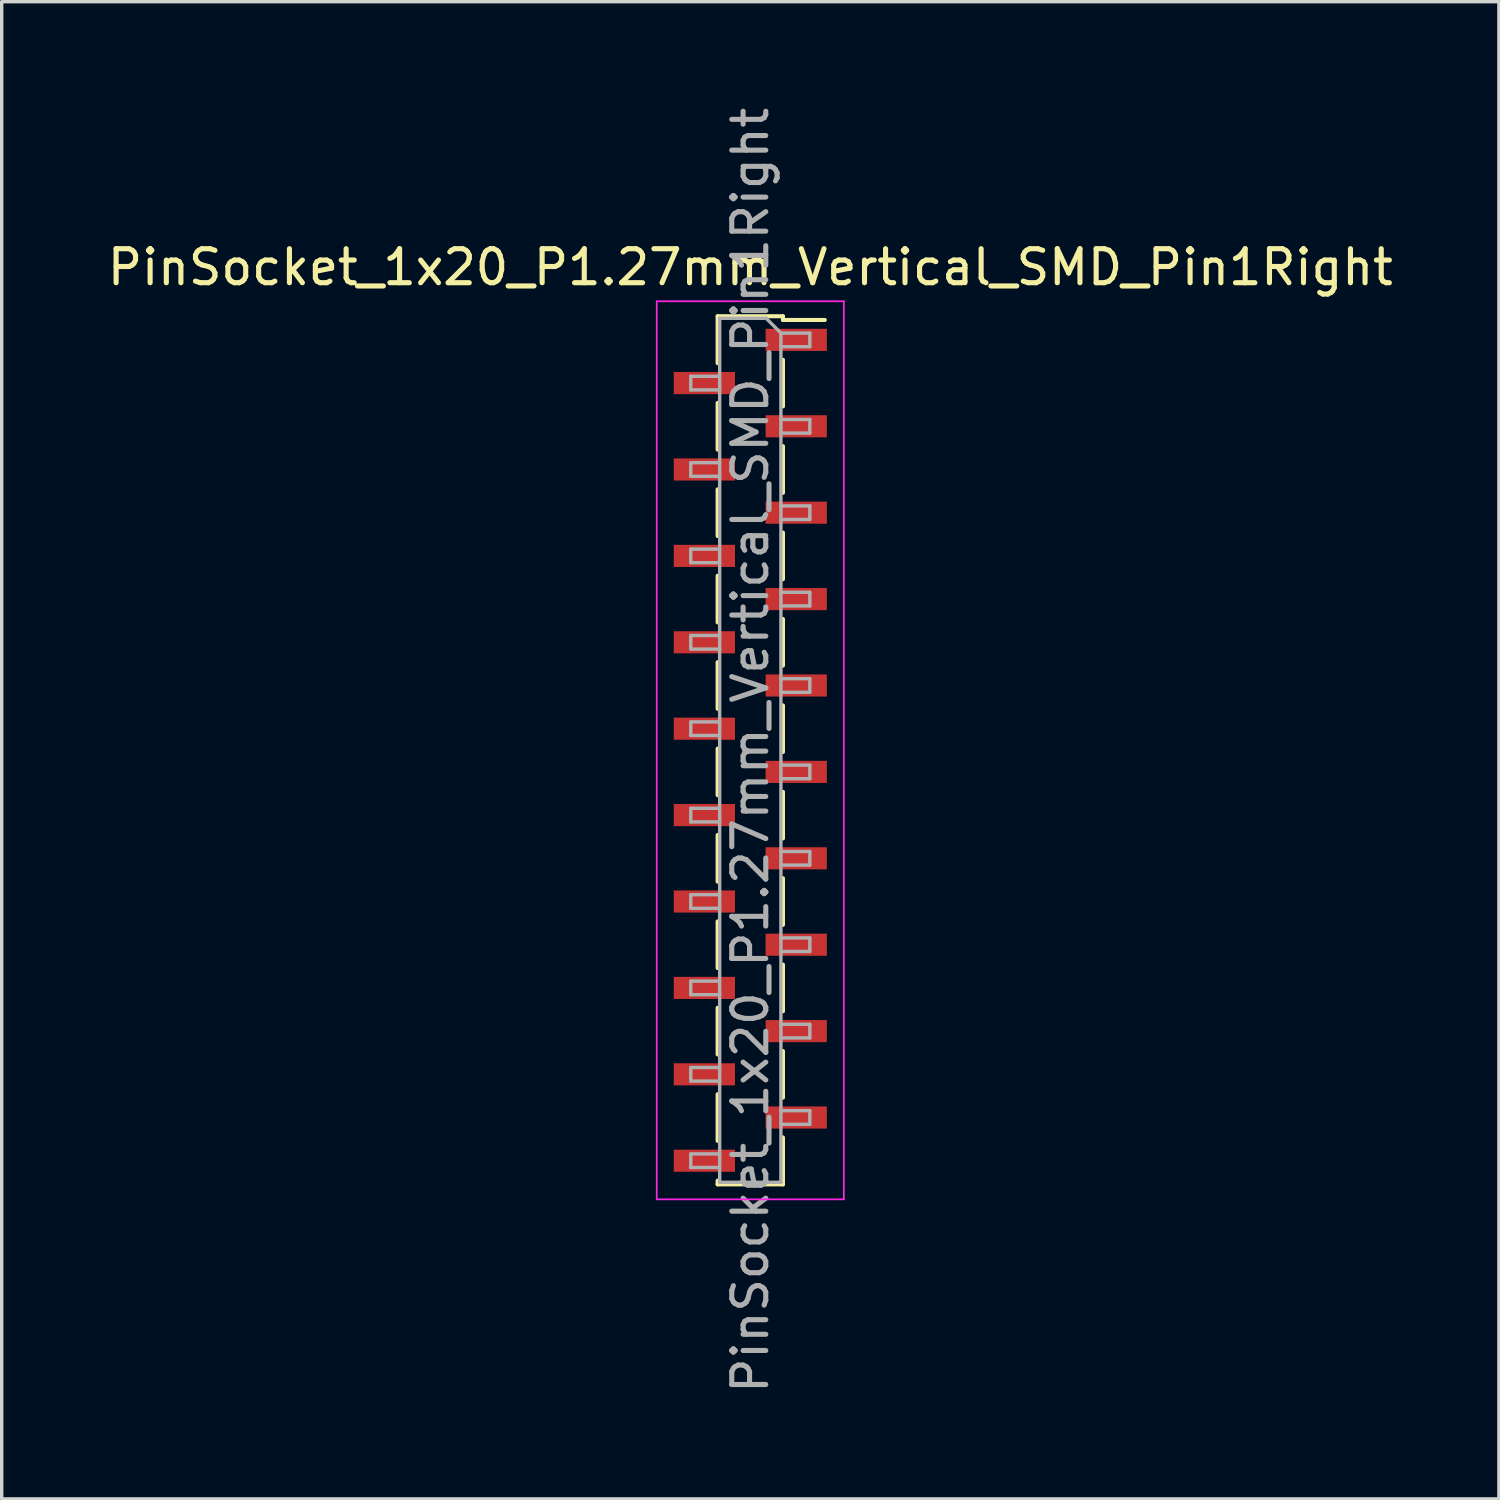
<source format=kicad_pcb>
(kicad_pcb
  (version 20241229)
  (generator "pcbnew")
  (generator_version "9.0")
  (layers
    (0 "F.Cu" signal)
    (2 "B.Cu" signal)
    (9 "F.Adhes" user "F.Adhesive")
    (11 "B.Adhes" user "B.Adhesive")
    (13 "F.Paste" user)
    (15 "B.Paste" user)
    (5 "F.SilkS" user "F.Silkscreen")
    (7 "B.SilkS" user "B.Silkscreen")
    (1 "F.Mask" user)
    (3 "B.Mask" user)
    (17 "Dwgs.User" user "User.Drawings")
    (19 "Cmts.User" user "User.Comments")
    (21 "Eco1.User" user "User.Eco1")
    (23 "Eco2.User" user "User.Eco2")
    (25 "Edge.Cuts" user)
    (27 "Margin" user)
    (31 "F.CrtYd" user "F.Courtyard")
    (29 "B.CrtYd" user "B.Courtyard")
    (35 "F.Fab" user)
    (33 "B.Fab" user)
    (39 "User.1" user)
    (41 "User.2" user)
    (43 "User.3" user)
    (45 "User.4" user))
  (footprint "PinSocket_1x20_P1.27mm_Vertical_SMD_Pin1Right"
    (layer "F.Cu")
    (at 19.006 19.006)
    (property "Reference" "PinSocket_1x20_P1.27mm_Vertical_SMD_Pin1Right" (at 0 -14.2 0) (layer "F.SilkS") (effects (font (size 1 1) (thickness 0.15))))
    (attr smd)
    (fp_line (start -0.96 -12.76) (end -0.96 -11.38) (stroke (width 0.12) (type solid)) (layer "F.SilkS"))
    (fp_line (start -0.96 -12.76) (end 0.96 -12.76) (stroke (width 0.12) (type solid)) (layer "F.SilkS"))
    (fp_line (start -0.96 -10.21) (end -0.96 -8.84) (stroke (width 0.12) (type solid)) (layer "F.SilkS"))
    (fp_line (start -0.96 -7.67) (end -0.96 -6.3) (stroke (width 0.12) (type solid)) (layer "F.SilkS"))
    (fp_line (start -0.96 -5.13) (end -0.96 -3.76) (stroke (width 0.12) (type solid)) (layer "F.SilkS"))
    (fp_line (start -0.96 -2.59) (end -0.96 -1.22) (stroke (width 0.12) (type solid)) (layer "F.SilkS"))
    (fp_line (start -0.96 -0.05) (end -0.96 1.32) (stroke (width 0.12) (type solid)) (layer "F.SilkS"))
    (fp_line (start -0.96 2.49) (end -0.96 3.86) (stroke (width 0.12) (type solid)) (layer "F.SilkS"))
    (fp_line (start -0.96 5.03) (end -0.96 6.4) (stroke (width 0.12) (type solid)) (layer "F.SilkS"))
    (fp_line (start -0.96 7.57) (end -0.96 8.94) (stroke (width 0.12) (type solid)) (layer "F.SilkS"))
    (fp_line (start -0.96 10.11) (end -0.96 11.48) (stroke (width 0.12) (type solid)) (layer "F.SilkS"))
    (fp_line (start -0.96 12.65) (end -0.96 12.76) (stroke (width 0.12) (type solid)) (layer "F.SilkS"))
    (fp_line (start -0.96 12.76) (end 0.96 12.76) (stroke (width 0.12) (type solid)) (layer "F.SilkS"))
    (fp_line (start 0.96 -12.76) (end 0.96 -12.65) (stroke (width 0.12) (type solid)) (layer "F.SilkS"))
    (fp_line (start 0.96 -12.65) (end 2.19 -12.65) (stroke (width 0.12) (type solid)) (layer "F.SilkS"))
    (fp_line (start 0.96 -11.48) (end 0.96 -10.11) (stroke (width 0.12) (type solid)) (layer "F.SilkS"))
    (fp_line (start 0.96 -8.94) (end 0.96 -7.57) (stroke (width 0.12) (type solid)) (layer "F.SilkS"))
    (fp_line (start 0.96 -6.4) (end 0.96 -5.03) (stroke (width 0.12) (type solid)) (layer "F.SilkS"))
    (fp_line (start 0.96 -3.86) (end 0.96 -2.49) (stroke (width 0.12) (type solid)) (layer "F.SilkS"))
    (fp_line (start 0.96 -1.32) (end 0.96 0.05) (stroke (width 0.12) (type solid)) (layer "F.SilkS"))
    (fp_line (start 0.96 1.22) (end 0.96 2.59) (stroke (width 0.12) (type solid)) (layer "F.SilkS"))
    (fp_line (start 0.96 3.76) (end 0.96 5.13) (stroke (width 0.12) (type solid)) (layer "F.SilkS"))
    (fp_line (start 0.96 6.3) (end 0.96 7.67) (stroke (width 0.12) (type solid)) (layer "F.SilkS"))
    (fp_line (start 0.96 8.84) (end 0.96 10.21) (stroke (width 0.12) (type solid)) (layer "F.SilkS"))
    (fp_line (start 0.96 11.38) (end 0.96 12.76) (stroke (width 0.12) (type solid)) (layer "F.SilkS"))
    (fp_line (start -2.75 -13.2) (end 2.75 -13.2) (stroke (width 0.05) (type solid)) (layer "F.CrtYd"))
    (fp_line (start -2.75 13.2) (end -2.75 -13.2) (stroke (width 0.05) (type solid)) (layer "F.CrtYd"))
    (fp_line (start 2.75 -13.2) (end 2.75 13.2) (stroke (width 0.05) (type solid)) (layer "F.CrtYd"))
    (fp_line (start 2.75 13.2) (end -2.75 13.2) (stroke (width 0.05) (type solid)) (layer "F.CrtYd"))
    (fp_line (start -1.75 -10.995) (end -0.9 -10.995) (stroke (width 0.1) (type solid)) (layer "F.Fab"))
    (fp_line (start -1.75 -10.595) (end -1.75 -10.995) (stroke (width 0.1) (type solid)) (layer "F.Fab"))
    (fp_line (start -1.75 -8.455) (end -0.9 -8.455) (stroke (width 0.1) (type solid)) (layer "F.Fab"))
    (fp_line (start -1.75 -8.055) (end -1.75 -8.455) (stroke (width 0.1) (type solid)) (layer "F.Fab"))
    (fp_line (start -1.75 -5.915) (end -0.9 -5.915) (stroke (width 0.1) (type solid)) (layer "F.Fab"))
    (fp_line (start -1.75 -5.515) (end -1.75 -5.915) (stroke (width 0.1) (type solid)) (layer "F.Fab"))
    (fp_line (start -1.75 -3.375) (end -0.9 -3.375) (stroke (width 0.1) (type solid)) (layer "F.Fab"))
    (fp_line (start -1.75 -2.975) (end -1.75 -3.375) (stroke (width 0.1) (type solid)) (layer "F.Fab"))
    (fp_line (start -1.75 -0.835) (end -0.9 -0.835) (stroke (width 0.1) (type solid)) (layer "F.Fab"))
    (fp_line (start -1.75 -0.435) (end -1.75 -0.835) (stroke (width 0.1) (type solid)) (layer "F.Fab"))
    (fp_line (start -1.75 1.705) (end -0.9 1.705) (stroke (width 0.1) (type solid)) (layer "F.Fab"))
    (fp_line (start -1.75 2.105) (end -1.75 1.705) (stroke (width 0.1) (type solid)) (layer "F.Fab"))
    (fp_line (start -1.75 4.245) (end -0.9 4.245) (stroke (width 0.1) (type solid)) (layer "F.Fab"))
    (fp_line (start -1.75 4.645) (end -1.75 4.245) (stroke (width 0.1) (type solid)) (layer "F.Fab"))
    (fp_line (start -1.75 6.785) (end -0.9 6.785) (stroke (width 0.1) (type solid)) (layer "F.Fab"))
    (fp_line (start -1.75 7.185) (end -1.75 6.785) (stroke (width 0.1) (type solid)) (layer "F.Fab"))
    (fp_line (start -1.75 9.325) (end -0.9 9.325) (stroke (width 0.1) (type solid)) (layer "F.Fab"))
    (fp_line (start -1.75 9.725) (end -1.75 9.325) (stroke (width 0.1) (type solid)) (layer "F.Fab"))
    (fp_line (start -1.75 11.865) (end -0.9 11.865) (stroke (width 0.1) (type solid)) (layer "F.Fab"))
    (fp_line (start -1.75 12.265) (end -1.75 11.865) (stroke (width 0.1) (type solid)) (layer "F.Fab"))
    (fp_line (start -0.9 -12.7) (end 0.465 -12.7) (stroke (width 0.1) (type solid)) (layer "F.Fab"))
    (fp_line (start -0.9 -10.595) (end -1.75 -10.595) (stroke (width 0.1) (type solid)) (layer "F.Fab"))
    (fp_line (start -0.9 -8.055) (end -1.75 -8.055) (stroke (width 0.1) (type solid)) (layer "F.Fab"))
    (fp_line (start -0.9 -5.515) (end -1.75 -5.515) (stroke (width 0.1) (type solid)) (layer "F.Fab"))
    (fp_line (start -0.9 -2.975) (end -1.75 -2.975) (stroke (width 0.1) (type solid)) (layer "F.Fab"))
    (fp_line (start -0.9 -0.435) (end -1.75 -0.435) (stroke (width 0.1) (type solid)) (layer "F.Fab"))
    (fp_line (start -0.9 2.105) (end -1.75 2.105) (stroke (width 0.1) (type solid)) (layer "F.Fab"))
    (fp_line (start -0.9 4.645) (end -1.75 4.645) (stroke (width 0.1) (type solid)) (layer "F.Fab"))
    (fp_line (start -0.9 7.185) (end -1.75 7.185) (stroke (width 0.1) (type solid)) (layer "F.Fab"))
    (fp_line (start -0.9 9.725) (end -1.75 9.725) (stroke (width 0.1) (type solid)) (layer "F.Fab"))
    (fp_line (start -0.9 12.265) (end -1.75 12.265) (stroke (width 0.1) (type solid)) (layer "F.Fab"))
    (fp_line (start -0.9 12.7) (end -0.9 -12.7) (stroke (width 0.1) (type solid)) (layer "F.Fab"))
    (fp_line (start 0.465 -12.7) (end 0.9 -12.265) (stroke (width 0.1) (type solid)) (layer "F.Fab"))
    (fp_line (start 0.9 -12.265) (end 0.9 12.7) (stroke (width 0.1) (type solid)) (layer "F.Fab"))
    (fp_line (start 0.9 -12.265) (end 1.75 -12.265) (stroke (width 0.1) (type solid)) (layer "F.Fab"))
    (fp_line (start 0.9 -9.725) (end 1.75 -9.725) (stroke (width 0.1) (type solid)) (layer "F.Fab"))
    (fp_line (start 0.9 -7.185) (end 1.75 -7.185) (stroke (width 0.1) (type solid)) (layer "F.Fab"))
    (fp_line (start 0.9 -4.645) (end 1.75 -4.645) (stroke (width 0.1) (type solid)) (layer "F.Fab"))
    (fp_line (start 0.9 -2.105) (end 1.75 -2.105) (stroke (width 0.1) (type solid)) (layer "F.Fab"))
    (fp_line (start 0.9 0.435) (end 1.75 0.435) (stroke (width 0.1) (type solid)) (layer "F.Fab"))
    (fp_line (start 0.9 2.975) (end 1.75 2.975) (stroke (width 0.1) (type solid)) (layer "F.Fab"))
    (fp_line (start 0.9 5.515) (end 1.75 5.515) (stroke (width 0.1) (type solid)) (layer "F.Fab"))
    (fp_line (start 0.9 8.055) (end 1.75 8.055) (stroke (width 0.1) (type solid)) (layer "F.Fab"))
    (fp_line (start 0.9 10.595) (end 1.75 10.595) (stroke (width 0.1) (type solid)) (layer "F.Fab"))
    (fp_line (start 0.9 12.7) (end -0.9 12.7) (stroke (width 0.1) (type solid)) (layer "F.Fab"))
    (fp_line (start 1.75 -12.265) (end 1.75 -11.865) (stroke (width 0.1) (type solid)) (layer "F.Fab"))
    (fp_line (start 1.75 -11.865) (end 0.9 -11.865) (stroke (width 0.1) (type solid)) (layer "F.Fab"))
    (fp_line (start 1.75 -9.725) (end 1.75 -9.325) (stroke (width 0.1) (type solid)) (layer "F.Fab"))
    (fp_line (start 1.75 -9.325) (end 0.9 -9.325) (stroke (width 0.1) (type solid)) (layer "F.Fab"))
    (fp_line (start 1.75 -7.185) (end 1.75 -6.785) (stroke (width 0.1) (type solid)) (layer "F.Fab"))
    (fp_line (start 1.75 -6.785) (end 0.9 -6.785) (stroke (width 0.1) (type solid)) (layer "F.Fab"))
    (fp_line (start 1.75 -4.645) (end 1.75 -4.245) (stroke (width 0.1) (type solid)) (layer "F.Fab"))
    (fp_line (start 1.75 -4.245) (end 0.9 -4.245) (stroke (width 0.1) (type solid)) (layer "F.Fab"))
    (fp_line (start 1.75 -2.105) (end 1.75 -1.705) (stroke (width 0.1) (type solid)) (layer "F.Fab"))
    (fp_line (start 1.75 -1.705) (end 0.9 -1.705) (stroke (width 0.1) (type solid)) (layer "F.Fab"))
    (fp_line (start 1.75 0.435) (end 1.75 0.835) (stroke (width 0.1) (type solid)) (layer "F.Fab"))
    (fp_line (start 1.75 0.835) (end 0.9 0.835) (stroke (width 0.1) (type solid)) (layer "F.Fab"))
    (fp_line (start 1.75 2.975) (end 1.75 3.375) (stroke (width 0.1) (type solid)) (layer "F.Fab"))
    (fp_line (start 1.75 3.375) (end 0.9 3.375) (stroke (width 0.1) (type solid)) (layer "F.Fab"))
    (fp_line (start 1.75 5.515) (end 1.75 5.915) (stroke (width 0.1) (type solid)) (layer "F.Fab"))
    (fp_line (start 1.75 5.915) (end 0.9 5.915) (stroke (width 0.1) (type solid)) (layer "F.Fab"))
    (fp_line (start 1.75 8.055) (end 1.75 8.455) (stroke (width 0.1) (type solid)) (layer "F.Fab"))
    (fp_line (start 1.75 8.455) (end 0.9 8.455) (stroke (width 0.1) (type solid)) (layer "F.Fab"))
    (fp_line (start 1.75 10.595) (end 1.75 10.995) (stroke (width 0.1) (type solid)) (layer "F.Fab"))
    (fp_line (start 1.75 10.995) (end 0.9 10.995) (stroke (width 0.1) (type solid)) (layer "F.Fab"))
    (fp_text user "${REFERENCE}" (at 0 0 90) (layer "F.Fab") (effects (font (size 1 1) (thickness 0.15))))
    (pad "1" smd rect (at 1.35 -12.065) (size 1.8 0.65) (layers "F.Cu" "F.Mask" "F.Paste"))
    (pad "2" smd rect (at -1.35 -10.795) (size 1.8 0.65) (layers "F.Cu" "F.Mask" "F.Paste"))
    (pad "3" smd rect (at 1.35 -9.525) (size 1.8 0.65) (layers "F.Cu" "F.Mask" "F.Paste"))
    (pad "4" smd rect (at -1.35 -8.255) (size 1.8 0.65) (layers "F.Cu" "F.Mask" "F.Paste"))
    (pad "5" smd rect (at 1.35 -6.985) (size 1.8 0.65) (layers "F.Cu" "F.Mask" "F.Paste"))
    (pad "6" smd rect (at -1.35 -5.715) (size 1.8 0.65) (layers "F.Cu" "F.Mask" "F.Paste"))
    (pad "7" smd rect (at 1.35 -4.445) (size 1.8 0.65) (layers "F.Cu" "F.Mask" "F.Paste"))
    (pad "8" smd rect (at -1.35 -3.175) (size 1.8 0.65) (layers "F.Cu" "F.Mask" "F.Paste"))
    (pad "9" smd rect (at 1.35 -1.905) (size 1.8 0.65) (layers "F.Cu" "F.Mask" "F.Paste"))
    (pad "10" smd rect (at -1.35 -0.635) (size 1.8 0.65) (layers "F.Cu" "F.Mask" "F.Paste"))
    (pad "11" smd rect (at 1.35 0.635) (size 1.8 0.65) (layers "F.Cu" "F.Mask" "F.Paste"))
    (pad "12" smd rect (at -1.35 1.905) (size 1.8 0.65) (layers "F.Cu" "F.Mask" "F.Paste"))
    (pad "13" smd rect (at 1.35 3.175) (size 1.8 0.65) (layers "F.Cu" "F.Mask" "F.Paste"))
    (pad "14" smd rect (at -1.35 4.445) (size 1.8 0.65) (layers "F.Cu" "F.Mask" "F.Paste"))
    (pad "15" smd rect (at 1.35 5.715) (size 1.8 0.65) (layers "F.Cu" "F.Mask" "F.Paste"))
    (pad "16" smd rect (at -1.35 6.985) (size 1.8 0.65) (layers "F.Cu" "F.Mask" "F.Paste"))
    (pad "17" smd rect (at 1.35 8.255) (size 1.8 0.65) (layers "F.Cu" "F.Mask" "F.Paste"))
    (pad "18" smd rect (at -1.35 9.525) (size 1.8 0.65) (layers "F.Cu" "F.Mask" "F.Paste"))
    (pad "19" smd rect (at 1.35 10.795) (size 1.8 0.65) (layers "F.Cu" "F.Mask" "F.Paste"))
    (pad "20" smd rect (at -1.35 12.065) (size 1.8 0.65) (layers "F.Cu" "F.Mask" "F.Paste")))
  (gr_rect
    (start -3 -3)
    (end 41.012 41.012)
    (stroke (width 0.1) (type default))
    (fill no)
    (layer "Edge.Cuts")))
</source>
